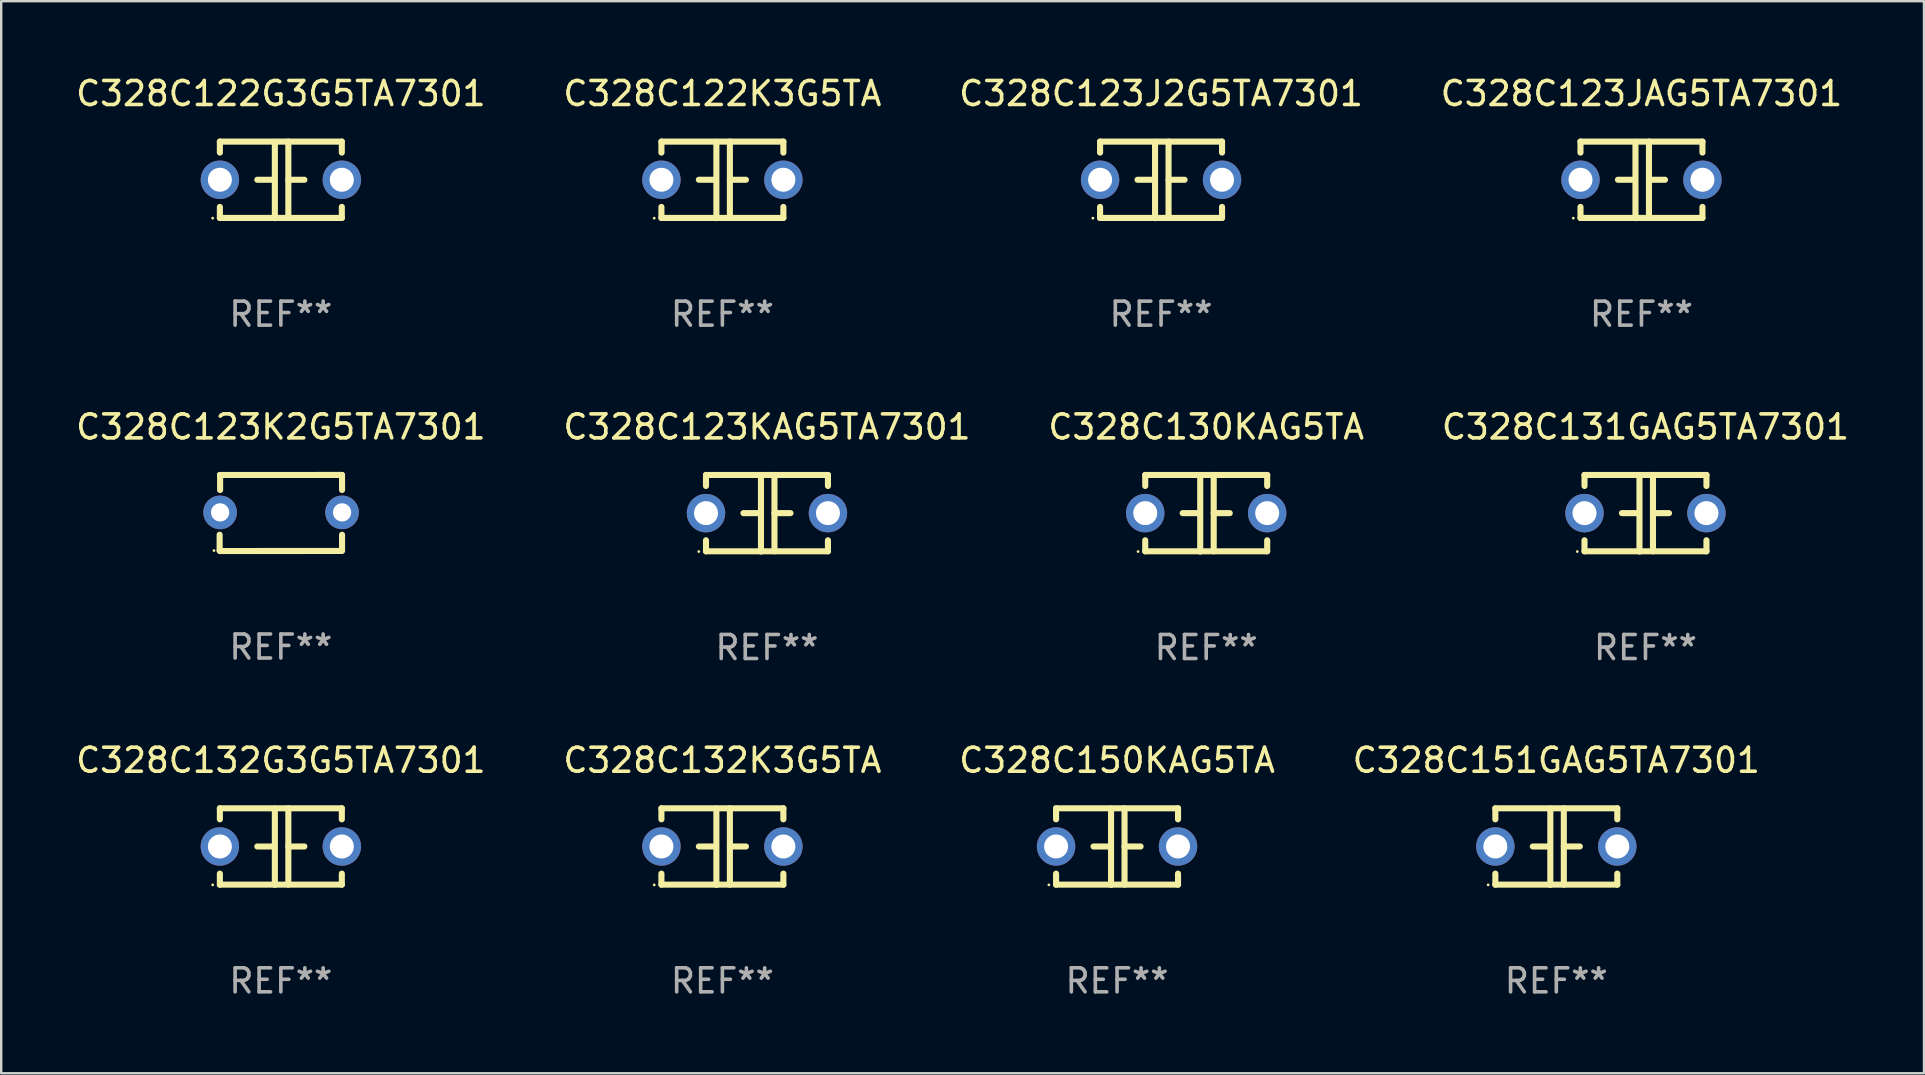
<source format=kicad_pcb>
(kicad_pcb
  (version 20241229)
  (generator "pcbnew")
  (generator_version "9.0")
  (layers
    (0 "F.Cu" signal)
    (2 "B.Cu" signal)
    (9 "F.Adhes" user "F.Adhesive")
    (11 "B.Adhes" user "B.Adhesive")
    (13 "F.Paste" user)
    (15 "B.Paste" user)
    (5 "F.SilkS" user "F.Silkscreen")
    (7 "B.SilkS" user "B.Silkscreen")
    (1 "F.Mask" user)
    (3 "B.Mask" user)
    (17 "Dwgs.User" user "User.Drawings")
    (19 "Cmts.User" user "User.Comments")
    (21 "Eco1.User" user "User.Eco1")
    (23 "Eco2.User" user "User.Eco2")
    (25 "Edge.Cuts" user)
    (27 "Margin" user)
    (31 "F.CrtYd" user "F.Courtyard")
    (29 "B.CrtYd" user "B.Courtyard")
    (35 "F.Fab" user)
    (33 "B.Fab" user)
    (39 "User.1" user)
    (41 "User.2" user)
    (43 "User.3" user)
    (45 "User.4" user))
  (footprint "C328C130KAG5TA"
    (layer "F.Cu")
    (at 47.196 18.33)
    (property "Reference" "C328C130KAG5TA" (at 0 -3.595 0) (layer "F.SilkS") (effects (font (size 1 1) (thickness 0.15))))
    (attr through_hole)
    (fp_line (start -2.54 -1.595) (end -2.54 -1.136) (stroke (width 0.254) (type solid)) (layer "F.SilkS"))
    (fp_line (start -2.54 -1.595) (end 2.54 -1.595) (stroke (width 0.254) (type solid)) (layer "F.SilkS"))
    (fp_line (start -2.54 1.126) (end -2.54 1.585) (stroke (width 0.254) (type solid)) (layer "F.SilkS"))
    (fp_line (start -0.312 -0.005) (end -0.98 -0.005) (stroke (width 0.254) (type solid)) (layer "F.SilkS"))
    (fp_line (start -0.25 -1.585) (end -0.25 1.595) (stroke (width 0.254) (type solid)) (layer "F.SilkS"))
    (fp_line (start 0.312 -1.595) (end 0.312 1.585) (stroke (width 0.254) (type solid)) (layer "F.SilkS"))
    (fp_line (start 0.312 -0.005) (end 0.98 -0.005) (stroke (width 0.254) (type solid)) (layer "F.SilkS"))
    (fp_line (start 2.54 -1.595) (end 2.54 -1.136) (stroke (width 0.254) (type solid)) (layer "F.SilkS"))
    (fp_line (start 2.54 1.126) (end 2.54 1.585) (stroke (width 0.254) (type solid)) (layer "F.SilkS"))
    (fp_line (start 2.54 1.585) (end -2.54 1.585) (stroke (width 0.254) (type solid)) (layer "F.SilkS"))
    (fp_circle (center -2.84 1.595) (end -2.81 1.595) (stroke (width 0.06) (type solid)) (fill no) (layer "F.SilkS"))
    (fp_text user "REF**" (at 0 5.595 0) (layer "F.Fab") (effects (font (size 1 1) (thickness 0.15))))
    (pad "1" thru_hole circle (at -2.54 -0.005) (size 1.6 1.6) (drill 1) (layers "*.Cu" "*.Mask"))
    (pad "2" thru_hole circle (at 2.54 -0.005) (size 1.6 1.6) (drill 1) (layers "*.Cu" "*.Mask")))
  (footprint "C328C123JAG5TA7301"
    (layer "F.Cu")
    (at 65.327 4.443)
    (property "Reference" "C328C123JAG5TA7301" (at 0 -3.595 0) (layer "F.SilkS") (effects (font (size 1 1) (thickness 0.15))))
    (attr through_hole)
    (fp_line (start -2.54 -1.595) (end -2.54 -1.136) (stroke (width 0.254) (type solid)) (layer "F.SilkS"))
    (fp_line (start -2.54 -1.595) (end 2.54 -1.595) (stroke (width 0.254) (type solid)) (layer "F.SilkS"))
    (fp_line (start -2.54 1.126) (end -2.54 1.585) (stroke (width 0.254) (type solid)) (layer "F.SilkS"))
    (fp_line (start -0.312 -0.005) (end -0.98 -0.005) (stroke (width 0.254) (type solid)) (layer "F.SilkS"))
    (fp_line (start -0.25 -1.585) (end -0.25 1.595) (stroke (width 0.254) (type solid)) (layer "F.SilkS"))
    (fp_line (start 0.312 -1.595) (end 0.312 1.585) (stroke (width 0.254) (type solid)) (layer "F.SilkS"))
    (fp_line (start 0.312 -0.005) (end 0.98 -0.005) (stroke (width 0.254) (type solid)) (layer "F.SilkS"))
    (fp_line (start 2.54 -1.595) (end 2.54 -1.136) (stroke (width 0.254) (type solid)) (layer "F.SilkS"))
    (fp_line (start 2.54 1.126) (end 2.54 1.585) (stroke (width 0.254) (type solid)) (layer "F.SilkS"))
    (fp_line (start 2.54 1.585) (end -2.54 1.585) (stroke (width 0.254) (type solid)) (layer "F.SilkS"))
    (fp_circle (center -2.84 1.595) (end -2.81 1.595) (stroke (width 0.06) (type solid)) (fill no) (layer "F.SilkS"))
    (fp_text user "REF**" (at 0 5.595 0) (layer "F.Fab") (effects (font (size 1 1) (thickness 0.15))))
    (pad "1" thru_hole circle (at -2.54 -0.005) (size 1.6 1.6) (drill 1) (layers "*.Cu" "*.Mask"))
    (pad "2" thru_hole circle (at 2.54 -0.005) (size 1.6 1.6) (drill 1) (layers "*.Cu" "*.Mask")))
  (footprint "C328C132G3G5TA7301"
    (layer "F.Cu")
    (at 8.649 32.216)
    (property "Reference" "C328C132G3G5TA7301" (at 0 -3.595 0) (layer "F.SilkS") (effects (font (size 1 1) (thickness 0.15))))
    (attr through_hole)
    (fp_line (start -2.54 -1.595) (end -2.54 -1.136) (stroke (width 0.254) (type solid)) (layer "F.SilkS"))
    (fp_line (start -2.54 -1.595) (end 2.54 -1.595) (stroke (width 0.254) (type solid)) (layer "F.SilkS"))
    (fp_line (start -2.54 1.126) (end -2.54 1.585) (stroke (width 0.254) (type solid)) (layer "F.SilkS"))
    (fp_line (start -0.312 -0.005) (end -0.98 -0.005) (stroke (width 0.254) (type solid)) (layer "F.SilkS"))
    (fp_line (start -0.25 -1.585) (end -0.25 1.595) (stroke (width 0.254) (type solid)) (layer "F.SilkS"))
    (fp_line (start 0.312 -1.595) (end 0.312 1.585) (stroke (width 0.254) (type solid)) (layer "F.SilkS"))
    (fp_line (start 0.312 -0.005) (end 0.98 -0.005) (stroke (width 0.254) (type solid)) (layer "F.SilkS"))
    (fp_line (start 2.54 -1.595) (end 2.54 -1.136) (stroke (width 0.254) (type solid)) (layer "F.SilkS"))
    (fp_line (start 2.54 1.126) (end 2.54 1.585) (stroke (width 0.254) (type solid)) (layer "F.SilkS"))
    (fp_line (start 2.54 1.585) (end -2.54 1.585) (stroke (width 0.254) (type solid)) (layer "F.SilkS"))
    (fp_circle (center -2.84 1.595) (end -2.81 1.595) (stroke (width 0.06) (type solid)) (fill no) (layer "F.SilkS"))
    (fp_text user "REF**" (at 0 5.595 0) (layer "F.Fab") (effects (font (size 1 1) (thickness 0.15))))
    (pad "1" thru_hole circle (at -2.54 -0.005) (size 1.6 1.6) (drill 1) (layers "*.Cu" "*.Mask"))
    (pad "2" thru_hole circle (at 2.54 -0.005) (size 1.6 1.6) (drill 1) (layers "*.Cu" "*.Mask")))
  (footprint "C328C151GAG5TA7301"
    (layer "F.Cu")
    (at 61.78 32.216)
    (property "Reference" "C328C151GAG5TA7301" (at 0 -3.595 0) (layer "F.SilkS") (effects (font (size 1 1) (thickness 0.15))))
    (attr through_hole)
    (fp_line (start -2.54 -1.595) (end -2.54 -1.136) (stroke (width 0.254) (type solid)) (layer "F.SilkS"))
    (fp_line (start -2.54 -1.595) (end 2.54 -1.595) (stroke (width 0.254) (type solid)) (layer "F.SilkS"))
    (fp_line (start -2.54 1.126) (end -2.54 1.585) (stroke (width 0.254) (type solid)) (layer "F.SilkS"))
    (fp_line (start -0.312 -0.005) (end -0.98 -0.005) (stroke (width 0.254) (type solid)) (layer "F.SilkS"))
    (fp_line (start -0.25 -1.585) (end -0.25 1.595) (stroke (width 0.254) (type solid)) (layer "F.SilkS"))
    (fp_line (start 0.312 -1.595) (end 0.312 1.585) (stroke (width 0.254) (type solid)) (layer "F.SilkS"))
    (fp_line (start 0.312 -0.005) (end 0.98 -0.005) (stroke (width 0.254) (type solid)) (layer "F.SilkS"))
    (fp_line (start 2.54 -1.595) (end 2.54 -1.136) (stroke (width 0.254) (type solid)) (layer "F.SilkS"))
    (fp_line (start 2.54 1.126) (end 2.54 1.585) (stroke (width 0.254) (type solid)) (layer "F.SilkS"))
    (fp_line (start 2.54 1.585) (end -2.54 1.585) (stroke (width 0.254) (type solid)) (layer "F.SilkS"))
    (fp_circle (center -2.84 1.595) (end -2.81 1.595) (stroke (width 0.06) (type solid)) (fill no) (layer "F.SilkS"))
    (fp_text user "REF**" (at 0 5.595 0) (layer "F.Fab") (effects (font (size 1 1) (thickness 0.15))))
    (pad "1" thru_hole circle (at -2.54 -0.005) (size 1.6 1.6) (drill 1) (layers "*.Cu" "*.Mask"))
    (pad "2" thru_hole circle (at 2.54 -0.005) (size 1.6 1.6) (drill 1) (layers "*.Cu" "*.Mask")))
  (footprint "C328C123K2G5TA7301"
    (layer "F.Cu")
    (at 8.649 18.319)
    (property "Reference" "C328C123K2G5TA7301" (at 0 -3.585 0) (layer "F.SilkS") (effects (font (size 1 1) (thickness 0.15))))
    (attr through_hole)
    (fp_line (start -2.55 1.566) (end -2.55 0.906) (stroke (width 0.254) (type solid)) (layer "F.SilkS"))
    (fp_line (start -2.531 1.585) (end -2.55 1.566) (stroke (width 0.254) (type solid)) (layer "F.SilkS"))
    (fp_line (start -2.53 -1.577) (end -2.53 -1.577) (stroke (width 0.254) (type solid)) (layer "F.SilkS"))
    (fp_line (start -2.53 -1.577) (end -2.528 -1.583) (stroke (width 0.254) (type solid)) (layer "F.SilkS"))
    (fp_line (start -2.53 -0.957) (end -2.53 -1.577) (stroke (width 0.254) (type solid)) (layer "F.SilkS"))
    (fp_line (start -2.528 -1.583) (end 2.54 -1.585) (stroke (width 0.254) (type solid)) (layer "F.SilkS"))
    (fp_line (start 2.524 1.582) (end -2.531 1.585) (stroke (width 0.254) (type solid)) (layer "F.SilkS"))
    (fp_line (start 2.54 -1.585) (end 2.548 -1.575) (stroke (width 0.254) (type solid)) (layer "F.SilkS"))
    (fp_line (start 2.548 -1.575) (end 2.55 -0.957) (stroke (width 0.254) (type solid)) (layer "F.SilkS"))
    (fp_line (start 2.549 0.906) (end 2.549 1.566) (stroke (width 0.254) (type solid)) (layer "F.SilkS"))
    (fp_line (start 2.549 1.566) (end 2.524 1.582) (stroke (width 0.254) (type solid)) (layer "F.SilkS"))
    (fp_circle (center -2.785 1.565) (end -2.755 1.565) (stroke (width 0.06) (type solid)) (fill no) (layer "F.SilkS"))
    (fp_text user "REF**" (at 0 5.585 0) (layer "F.Fab") (effects (font (size 1 1) (thickness 0.15))))
    (pad "1" thru_hole circle (at -2.53 -0.025) (size 1.4 1.4) (drill 0.76) (layers "*.Cu" "*.Mask"))
    (pad "2" thru_hole circle (at 2.55 -0.025) (size 1.4 1.4) (drill 0.76) (layers "*.Cu" "*.Mask")))
  (footprint "C328C123KAG5TA7301"
    (layer "F.Cu")
    (at 28.899 18.33)
    (property "Reference" "C328C123KAG5TA7301" (at 0 -3.595 0) (layer "F.SilkS") (effects (font (size 1 1) (thickness 0.15))))
    (attr through_hole)
    (fp_line (start -2.54 -1.595) (end -2.54 -1.136) (stroke (width 0.254) (type solid)) (layer "F.SilkS"))
    (fp_line (start -2.54 -1.595) (end 2.54 -1.595) (stroke (width 0.254) (type solid)) (layer "F.SilkS"))
    (fp_line (start -2.54 1.126) (end -2.54 1.585) (stroke (width 0.254) (type solid)) (layer "F.SilkS"))
    (fp_line (start -0.312 -0.005) (end -0.98 -0.005) (stroke (width 0.254) (type solid)) (layer "F.SilkS"))
    (fp_line (start -0.25 -1.585) (end -0.25 1.595) (stroke (width 0.254) (type solid)) (layer "F.SilkS"))
    (fp_line (start 0.312 -1.595) (end 0.312 1.585) (stroke (width 0.254) (type solid)) (layer "F.SilkS"))
    (fp_line (start 0.312 -0.005) (end 0.98 -0.005) (stroke (width 0.254) (type solid)) (layer "F.SilkS"))
    (fp_line (start 2.54 -1.595) (end 2.54 -1.136) (stroke (width 0.254) (type solid)) (layer "F.SilkS"))
    (fp_line (start 2.54 1.126) (end 2.54 1.585) (stroke (width 0.254) (type solid)) (layer "F.SilkS"))
    (fp_line (start 2.54 1.585) (end -2.54 1.585) (stroke (width 0.254) (type solid)) (layer "F.SilkS"))
    (fp_circle (center -2.84 1.595) (end -2.81 1.595) (stroke (width 0.06) (type solid)) (fill no) (layer "F.SilkS"))
    (fp_text user "REF**" (at 0 5.595 0) (layer "F.Fab") (effects (font (size 1 1) (thickness 0.15))))
    (pad "1" thru_hole circle (at -2.54 -0.005) (size 1.6 1.6) (drill 1) (layers "*.Cu" "*.Mask"))
    (pad "2" thru_hole circle (at 2.54 -0.005) (size 1.6 1.6) (drill 1) (layers "*.Cu" "*.Mask")))
  (footprint "C328C123J2G5TA7301"
    (layer "F.Cu")
    (at 45.315 4.443)
    (property "Reference" "C328C123J2G5TA7301" (at 0 -3.595 0) (layer "F.SilkS") (effects (font (size 1 1) (thickness 0.15))))
    (attr through_hole)
    (fp_line (start -2.54 -1.595) (end -2.54 -1.136) (stroke (width 0.254) (type solid)) (layer "F.SilkS"))
    (fp_line (start -2.54 -1.595) (end 2.54 -1.595) (stroke (width 0.254) (type solid)) (layer "F.SilkS"))
    (fp_line (start -2.54 1.126) (end -2.54 1.585) (stroke (width 0.254) (type solid)) (layer "F.SilkS"))
    (fp_line (start -0.312 -0.005) (end -0.98 -0.005) (stroke (width 0.254) (type solid)) (layer "F.SilkS"))
    (fp_line (start -0.25 -1.585) (end -0.25 1.595) (stroke (width 0.254) (type solid)) (layer "F.SilkS"))
    (fp_line (start 0.312 -1.595) (end 0.312 1.585) (stroke (width 0.254) (type solid)) (layer "F.SilkS"))
    (fp_line (start 0.312 -0.005) (end 0.98 -0.005) (stroke (width 0.254) (type solid)) (layer "F.SilkS"))
    (fp_line (start 2.54 -1.595) (end 2.54 -1.136) (stroke (width 0.254) (type solid)) (layer "F.SilkS"))
    (fp_line (start 2.54 1.126) (end 2.54 1.585) (stroke (width 0.254) (type solid)) (layer "F.SilkS"))
    (fp_line (start 2.54 1.585) (end -2.54 1.585) (stroke (width 0.254) (type solid)) (layer "F.SilkS"))
    (fp_circle (center -2.84 1.595) (end -2.81 1.595) (stroke (width 0.06) (type solid)) (fill no) (layer "F.SilkS"))
    (fp_text user "REF**" (at 0 5.595 0) (layer "F.Fab") (effects (font (size 1 1) (thickness 0.15))))
    (pad "1" thru_hole circle (at -2.54 -0.005) (size 1.6 1.6) (drill 1) (layers "*.Cu" "*.Mask"))
    (pad "2" thru_hole circle (at 2.54 -0.005) (size 1.6 1.6) (drill 1) (layers "*.Cu" "*.Mask")))
  (footprint "C328C150KAG5TA"
    (layer "F.Cu")
    (at 43.482 32.216)
    (property "Reference" "C328C150KAG5TA" (at 0 -3.595 0) (layer "F.SilkS") (effects (font (size 1 1) (thickness 0.15))))
    (attr through_hole)
    (fp_line (start -2.54 -1.595) (end -2.54 -1.136) (stroke (width 0.254) (type solid)) (layer "F.SilkS"))
    (fp_line (start -2.54 -1.595) (end 2.54 -1.595) (stroke (width 0.254) (type solid)) (layer "F.SilkS"))
    (fp_line (start -2.54 1.126) (end -2.54 1.585) (stroke (width 0.254) (type solid)) (layer "F.SilkS"))
    (fp_line (start -0.312 -0.005) (end -0.98 -0.005) (stroke (width 0.254) (type solid)) (layer "F.SilkS"))
    (fp_line (start -0.25 -1.585) (end -0.25 1.595) (stroke (width 0.254) (type solid)) (layer "F.SilkS"))
    (fp_line (start 0.312 -1.595) (end 0.312 1.585) (stroke (width 0.254) (type solid)) (layer "F.SilkS"))
    (fp_line (start 0.312 -0.005) (end 0.98 -0.005) (stroke (width 0.254) (type solid)) (layer "F.SilkS"))
    (fp_line (start 2.54 -1.595) (end 2.54 -1.136) (stroke (width 0.254) (type solid)) (layer "F.SilkS"))
    (fp_line (start 2.54 1.126) (end 2.54 1.585) (stroke (width 0.254) (type solid)) (layer "F.SilkS"))
    (fp_line (start 2.54 1.585) (end -2.54 1.585) (stroke (width 0.254) (type solid)) (layer "F.SilkS"))
    (fp_circle (center -2.84 1.595) (end -2.81 1.595) (stroke (width 0.06) (type solid)) (fill no) (layer "F.SilkS"))
    (fp_text user "REF**" (at 0 5.595 0) (layer "F.Fab") (effects (font (size 1 1) (thickness 0.15))))
    (pad "1" thru_hole circle (at -2.54 -0.005) (size 1.6 1.6) (drill 1) (layers "*.Cu" "*.Mask"))
    (pad "2" thru_hole circle (at 2.54 -0.005) (size 1.6 1.6) (drill 1) (layers "*.Cu" "*.Mask")))
  (footprint "C328C132K3G5TA"
    (layer "F.Cu")
    (at 27.042 32.216)
    (property "Reference" "C328C132K3G5TA" (at 0 -3.595 0) (layer "F.SilkS") (effects (font (size 1 1) (thickness 0.15))))
    (attr through_hole)
    (fp_line (start -2.54 -1.595) (end -2.54 -1.136) (stroke (width 0.254) (type solid)) (layer "F.SilkS"))
    (fp_line (start -2.54 -1.595) (end 2.54 -1.595) (stroke (width 0.254) (type solid)) (layer "F.SilkS"))
    (fp_line (start -2.54 1.126) (end -2.54 1.585) (stroke (width 0.254) (type solid)) (layer "F.SilkS"))
    (fp_line (start -0.312 -0.005) (end -0.98 -0.005) (stroke (width 0.254) (type solid)) (layer "F.SilkS"))
    (fp_line (start -0.25 -1.585) (end -0.25 1.595) (stroke (width 0.254) (type solid)) (layer "F.SilkS"))
    (fp_line (start 0.312 -1.595) (end 0.312 1.585) (stroke (width 0.254) (type solid)) (layer "F.SilkS"))
    (fp_line (start 0.312 -0.005) (end 0.98 -0.005) (stroke (width 0.254) (type solid)) (layer "F.SilkS"))
    (fp_line (start 2.54 -1.595) (end 2.54 -1.136) (stroke (width 0.254) (type solid)) (layer "F.SilkS"))
    (fp_line (start 2.54 1.126) (end 2.54 1.585) (stroke (width 0.254) (type solid)) (layer "F.SilkS"))
    (fp_line (start 2.54 1.585) (end -2.54 1.585) (stroke (width 0.254) (type solid)) (layer "F.SilkS"))
    (fp_circle (center -2.84 1.595) (end -2.81 1.595) (stroke (width 0.06) (type solid)) (fill no) (layer "F.SilkS"))
    (fp_text user "REF**" (at 0 5.595 0) (layer "F.Fab") (effects (font (size 1 1) (thickness 0.15))))
    (pad "1" thru_hole circle (at -2.54 -0.005) (size 1.6 1.6) (drill 1) (layers "*.Cu" "*.Mask"))
    (pad "2" thru_hole circle (at 2.54 -0.005) (size 1.6 1.6) (drill 1) (layers "*.Cu" "*.Mask")))
  (footprint "C328C122G3G5TA7301"
    (layer "F.Cu")
    (at 8.649 4.443)
    (property "Reference" "C328C122G3G5TA7301" (at 0 -3.595 0) (layer "F.SilkS") (effects (font (size 1 1) (thickness 0.15))))
    (attr through_hole)
    (fp_line (start -2.54 -1.595) (end -2.54 -1.136) (stroke (width 0.254) (type solid)) (layer "F.SilkS"))
    (fp_line (start -2.54 -1.595) (end 2.54 -1.595) (stroke (width 0.254) (type solid)) (layer "F.SilkS"))
    (fp_line (start -2.54 1.126) (end -2.54 1.585) (stroke (width 0.254) (type solid)) (layer "F.SilkS"))
    (fp_line (start -0.312 -0.005) (end -0.98 -0.005) (stroke (width 0.254) (type solid)) (layer "F.SilkS"))
    (fp_line (start -0.25 -1.585) (end -0.25 1.595) (stroke (width 0.254) (type solid)) (layer "F.SilkS"))
    (fp_line (start 0.312 -1.595) (end 0.312 1.585) (stroke (width 0.254) (type solid)) (layer "F.SilkS"))
    (fp_line (start 0.312 -0.005) (end 0.98 -0.005) (stroke (width 0.254) (type solid)) (layer "F.SilkS"))
    (fp_line (start 2.54 -1.595) (end 2.54 -1.136) (stroke (width 0.254) (type solid)) (layer "F.SilkS"))
    (fp_line (start 2.54 1.126) (end 2.54 1.585) (stroke (width 0.254) (type solid)) (layer "F.SilkS"))
    (fp_line (start 2.54 1.585) (end -2.54 1.585) (stroke (width 0.254) (type solid)) (layer "F.SilkS"))
    (fp_circle (center -2.84 1.595) (end -2.81 1.595) (stroke (width 0.06) (type solid)) (fill no) (layer "F.SilkS"))
    (fp_text user "REF**" (at 0 5.595 0) (layer "F.Fab") (effects (font (size 1 1) (thickness 0.15))))
    (pad "1" thru_hole circle (at -2.54 -0.005) (size 1.6 1.6) (drill 1) (layers "*.Cu" "*.Mask"))
    (pad "2" thru_hole circle (at 2.54 -0.005) (size 1.6 1.6) (drill 1) (layers "*.Cu" "*.Mask")))
  (footprint "C328C122K3G5TA"
    (layer "F.Cu")
    (at 27.042 4.443)
    (property "Reference" "C328C122K3G5TA" (at 0 -3.595 0) (layer "F.SilkS") (effects (font (size 1 1) (thickness 0.15))))
    (attr through_hole)
    (fp_line (start -2.54 -1.595) (end -2.54 -1.136) (stroke (width 0.254) (type solid)) (layer "F.SilkS"))
    (fp_line (start -2.54 -1.595) (end 2.54 -1.595) (stroke (width 0.254) (type solid)) (layer "F.SilkS"))
    (fp_line (start -2.54 1.126) (end -2.54 1.585) (stroke (width 0.254) (type solid)) (layer "F.SilkS"))
    (fp_line (start -0.312 -0.005) (end -0.98 -0.005) (stroke (width 0.254) (type solid)) (layer "F.SilkS"))
    (fp_line (start -0.25 -1.585) (end -0.25 1.595) (stroke (width 0.254) (type solid)) (layer "F.SilkS"))
    (fp_line (start 0.312 -1.595) (end 0.312 1.585) (stroke (width 0.254) (type solid)) (layer "F.SilkS"))
    (fp_line (start 0.312 -0.005) (end 0.98 -0.005) (stroke (width 0.254) (type solid)) (layer "F.SilkS"))
    (fp_line (start 2.54 -1.595) (end 2.54 -1.136) (stroke (width 0.254) (type solid)) (layer "F.SilkS"))
    (fp_line (start 2.54 1.126) (end 2.54 1.585) (stroke (width 0.254) (type solid)) (layer "F.SilkS"))
    (fp_line (start 2.54 1.585) (end -2.54 1.585) (stroke (width 0.254) (type solid)) (layer "F.SilkS"))
    (fp_circle (center -2.84 1.595) (end -2.81 1.595) (stroke (width 0.06) (type solid)) (fill no) (layer "F.SilkS"))
    (fp_text user "REF**" (at 0 5.595 0) (layer "F.Fab") (effects (font (size 1 1) (thickness 0.15))))
    (pad "1" thru_hole circle (at -2.54 -0.005) (size 1.6 1.6) (drill 1) (layers "*.Cu" "*.Mask"))
    (pad "2" thru_hole circle (at 2.54 -0.005) (size 1.6 1.6) (drill 1) (layers "*.Cu" "*.Mask")))
  (footprint "C328C131GAG5TA7301"
    (layer "F.Cu")
    (at 65.494 18.33)
    (property "Reference" "C328C131GAG5TA7301" (at 0 -3.595 0) (layer "F.SilkS") (effects (font (size 1 1) (thickness 0.15))))
    (attr through_hole)
    (fp_line (start -2.54 -1.595) (end -2.54 -1.136) (stroke (width 0.254) (type solid)) (layer "F.SilkS"))
    (fp_line (start -2.54 -1.595) (end 2.54 -1.595) (stroke (width 0.254) (type solid)) (layer "F.SilkS"))
    (fp_line (start -2.54 1.126) (end -2.54 1.585) (stroke (width 0.254) (type solid)) (layer "F.SilkS"))
    (fp_line (start -0.312 -0.005) (end -0.98 -0.005) (stroke (width 0.254) (type solid)) (layer "F.SilkS"))
    (fp_line (start -0.25 -1.585) (end -0.25 1.595) (stroke (width 0.254) (type solid)) (layer "F.SilkS"))
    (fp_line (start 0.312 -1.595) (end 0.312 1.585) (stroke (width 0.254) (type solid)) (layer "F.SilkS"))
    (fp_line (start 0.312 -0.005) (end 0.98 -0.005) (stroke (width 0.254) (type solid)) (layer "F.SilkS"))
    (fp_line (start 2.54 -1.595) (end 2.54 -1.136) (stroke (width 0.254) (type solid)) (layer "F.SilkS"))
    (fp_line (start 2.54 1.126) (end 2.54 1.585) (stroke (width 0.254) (type solid)) (layer "F.SilkS"))
    (fp_line (start 2.54 1.585) (end -2.54 1.585) (stroke (width 0.254) (type solid)) (layer "F.SilkS"))
    (fp_circle (center -2.84 1.595) (end -2.81 1.595) (stroke (width 0.06) (type solid)) (fill no) (layer "F.SilkS"))
    (fp_text user "REF**" (at 0 5.595 0) (layer "F.Fab") (effects (font (size 1 1) (thickness 0.15))))
    (pad "1" thru_hole circle (at -2.54 -0.005) (size 1.6 1.6) (drill 1) (layers "*.Cu" "*.Mask"))
    (pad "2" thru_hole circle (at 2.54 -0.005) (size 1.6 1.6) (drill 1) (layers "*.Cu" "*.Mask")))
  (gr_rect
    (start -3 -3)
    (end 77.095 41.659)
    (stroke (width 0.1) (type default))
    (fill no)
    (layer "Edge.Cuts")))
</source>
